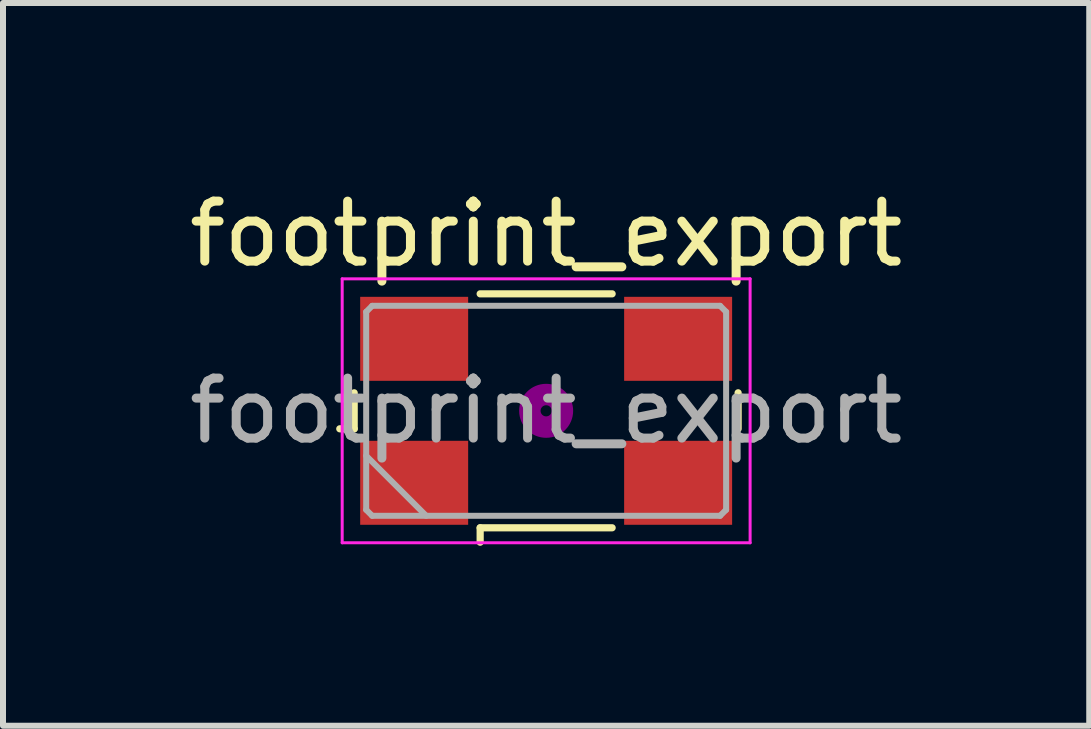
<source format=kicad_pcb>
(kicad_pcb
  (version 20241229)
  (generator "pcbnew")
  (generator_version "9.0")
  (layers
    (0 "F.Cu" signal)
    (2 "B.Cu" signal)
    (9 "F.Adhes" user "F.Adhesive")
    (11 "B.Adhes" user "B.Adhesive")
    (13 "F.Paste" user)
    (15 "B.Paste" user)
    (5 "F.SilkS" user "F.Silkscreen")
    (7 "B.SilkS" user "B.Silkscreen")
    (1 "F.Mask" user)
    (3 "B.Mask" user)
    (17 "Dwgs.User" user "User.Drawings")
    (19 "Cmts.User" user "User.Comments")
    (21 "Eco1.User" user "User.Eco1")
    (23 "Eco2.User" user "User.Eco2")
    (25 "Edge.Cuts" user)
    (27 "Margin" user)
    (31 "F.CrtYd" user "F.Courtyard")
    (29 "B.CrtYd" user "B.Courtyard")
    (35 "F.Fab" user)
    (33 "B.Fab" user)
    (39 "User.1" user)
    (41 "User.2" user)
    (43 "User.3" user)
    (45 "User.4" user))
  (footprint "footprint_export"
    (layer "F.Cu")
    (at 6.054 3.798)
    (property "Reference" "footprint_export" (at 0 -2.95 0) (layer "F.SilkS") (effects (font (size 1 1) (thickness 0.15))))
    (attr smd)
    (fp_line (start -3.44 0.3) (end -3.2 0.3) (stroke (width 0.12) (type solid)) (layer "F.SilkS"))
    (fp_line (start -3.2 0.3) (end -3.2 -0.3) (stroke (width 0.12) (type solid)) (layer "F.SilkS"))
    (fp_line (start -1.1 -1.95) (end 1.1 -1.95) (stroke (width 0.12) (type solid)) (layer "F.SilkS"))
    (fp_line (start -1.1 1.95) (end -1.1 2.19) (stroke (width 0.12) (type solid)) (layer "F.SilkS"))
    (fp_line (start 1.1 1.95) (end -1.1 1.95) (stroke (width 0.12) (type solid)) (layer "F.SilkS"))
    (fp_line (start 3.2 -0.3) (end 3.2 0.3) (stroke (width 0.12) (type solid)) (layer "F.SilkS"))
    (fp_circle (center 0 0) (end 0.093 0) (stroke (width 0.187) (type solid)) (fill no) (layer "F.Adhes"))
    (fp_circle (center 0 0) (end 0.213 0) (stroke (width 0.133) (type solid)) (fill no) (layer "F.Adhes"))
    (fp_circle (center 0 0) (end 0.333 0) (stroke (width 0.133) (type solid)) (fill no) (layer "F.Adhes"))
    (fp_circle (center 0 0) (end 0.4 0) (stroke (width 0.1) (type solid)) (fill no) (layer "F.Adhes"))
    (fp_line (start -3.4 -2.2) (end -3.4 2.2) (stroke (width 0.05) (type solid)) (layer "F.CrtYd"))
    (fp_line (start -3.4 2.2) (end 3.4 2.2) (stroke (width 0.05) (type solid)) (layer "F.CrtYd"))
    (fp_line (start 3.4 -2.2) (end -3.4 -2.2) (stroke (width 0.05) (type solid)) (layer "F.CrtYd"))
    (fp_line (start 3.4 2.2) (end 3.4 -2.2) (stroke (width 0.05) (type solid)) (layer "F.CrtYd"))
    (fp_line (start -3 -1.65) (end -2.9 -1.75) (stroke (width 0.1) (type solid)) (layer "F.Fab"))
    (fp_line (start -3 0.75) (end -2 1.75) (stroke (width 0.1) (type solid)) (layer "F.Fab"))
    (fp_line (start -3 1.65) (end -3 -1.65) (stroke (width 0.1) (type solid)) (layer "F.Fab"))
    (fp_line (start -2.9 -1.75) (end 2.9 -1.75) (stroke (width 0.1) (type solid)) (layer "F.Fab"))
    (fp_line (start -2.9 1.75) (end -3 1.65) (stroke (width 0.1) (type solid)) (layer "F.Fab"))
    (fp_line (start 2.9 -1.75) (end 3 -1.65) (stroke (width 0.1) (type solid)) (layer "F.Fab"))
    (fp_line (start 2.9 1.75) (end -2.9 1.75) (stroke (width 0.1) (type solid)) (layer "F.Fab"))
    (fp_line (start 3 -1.65) (end 3 1.65) (stroke (width 0.1) (type solid)) (layer "F.Fab"))
    (fp_line (start 3 1.65) (end 2.9 1.75) (stroke (width 0.1) (type solid)) (layer "F.Fab"))
    (fp_text user "${REFERENCE}" (at 0 0 0) (layer "F.Fab") (effects (font (size 1 1) (thickness 0.15))))
    (pad "1" smd rect (at -2.2 1.2) (size 1.8 1.4) (layers "F.Cu" "F.Mask" "F.Paste"))
    (pad "2" smd rect (at 2.2 1.2) (size 1.8 1.4) (layers "F.Cu" "F.Mask" "F.Paste"))
    (pad "3" smd rect (at 2.2 -1.2) (size 1.8 1.4) (layers "F.Cu" "F.Mask" "F.Paste"))
    (pad "4" smd rect (at -2.2 -1.2) (size 1.8 1.4) (layers "F.Cu" "F.Mask" "F.Paste")))
  (gr_rect
    (start -3 -3)
    (end 15.107 9.048)
    (stroke (width 0.1) (type default))
    (fill no)
    (layer "Edge.Cuts")))
</source>
